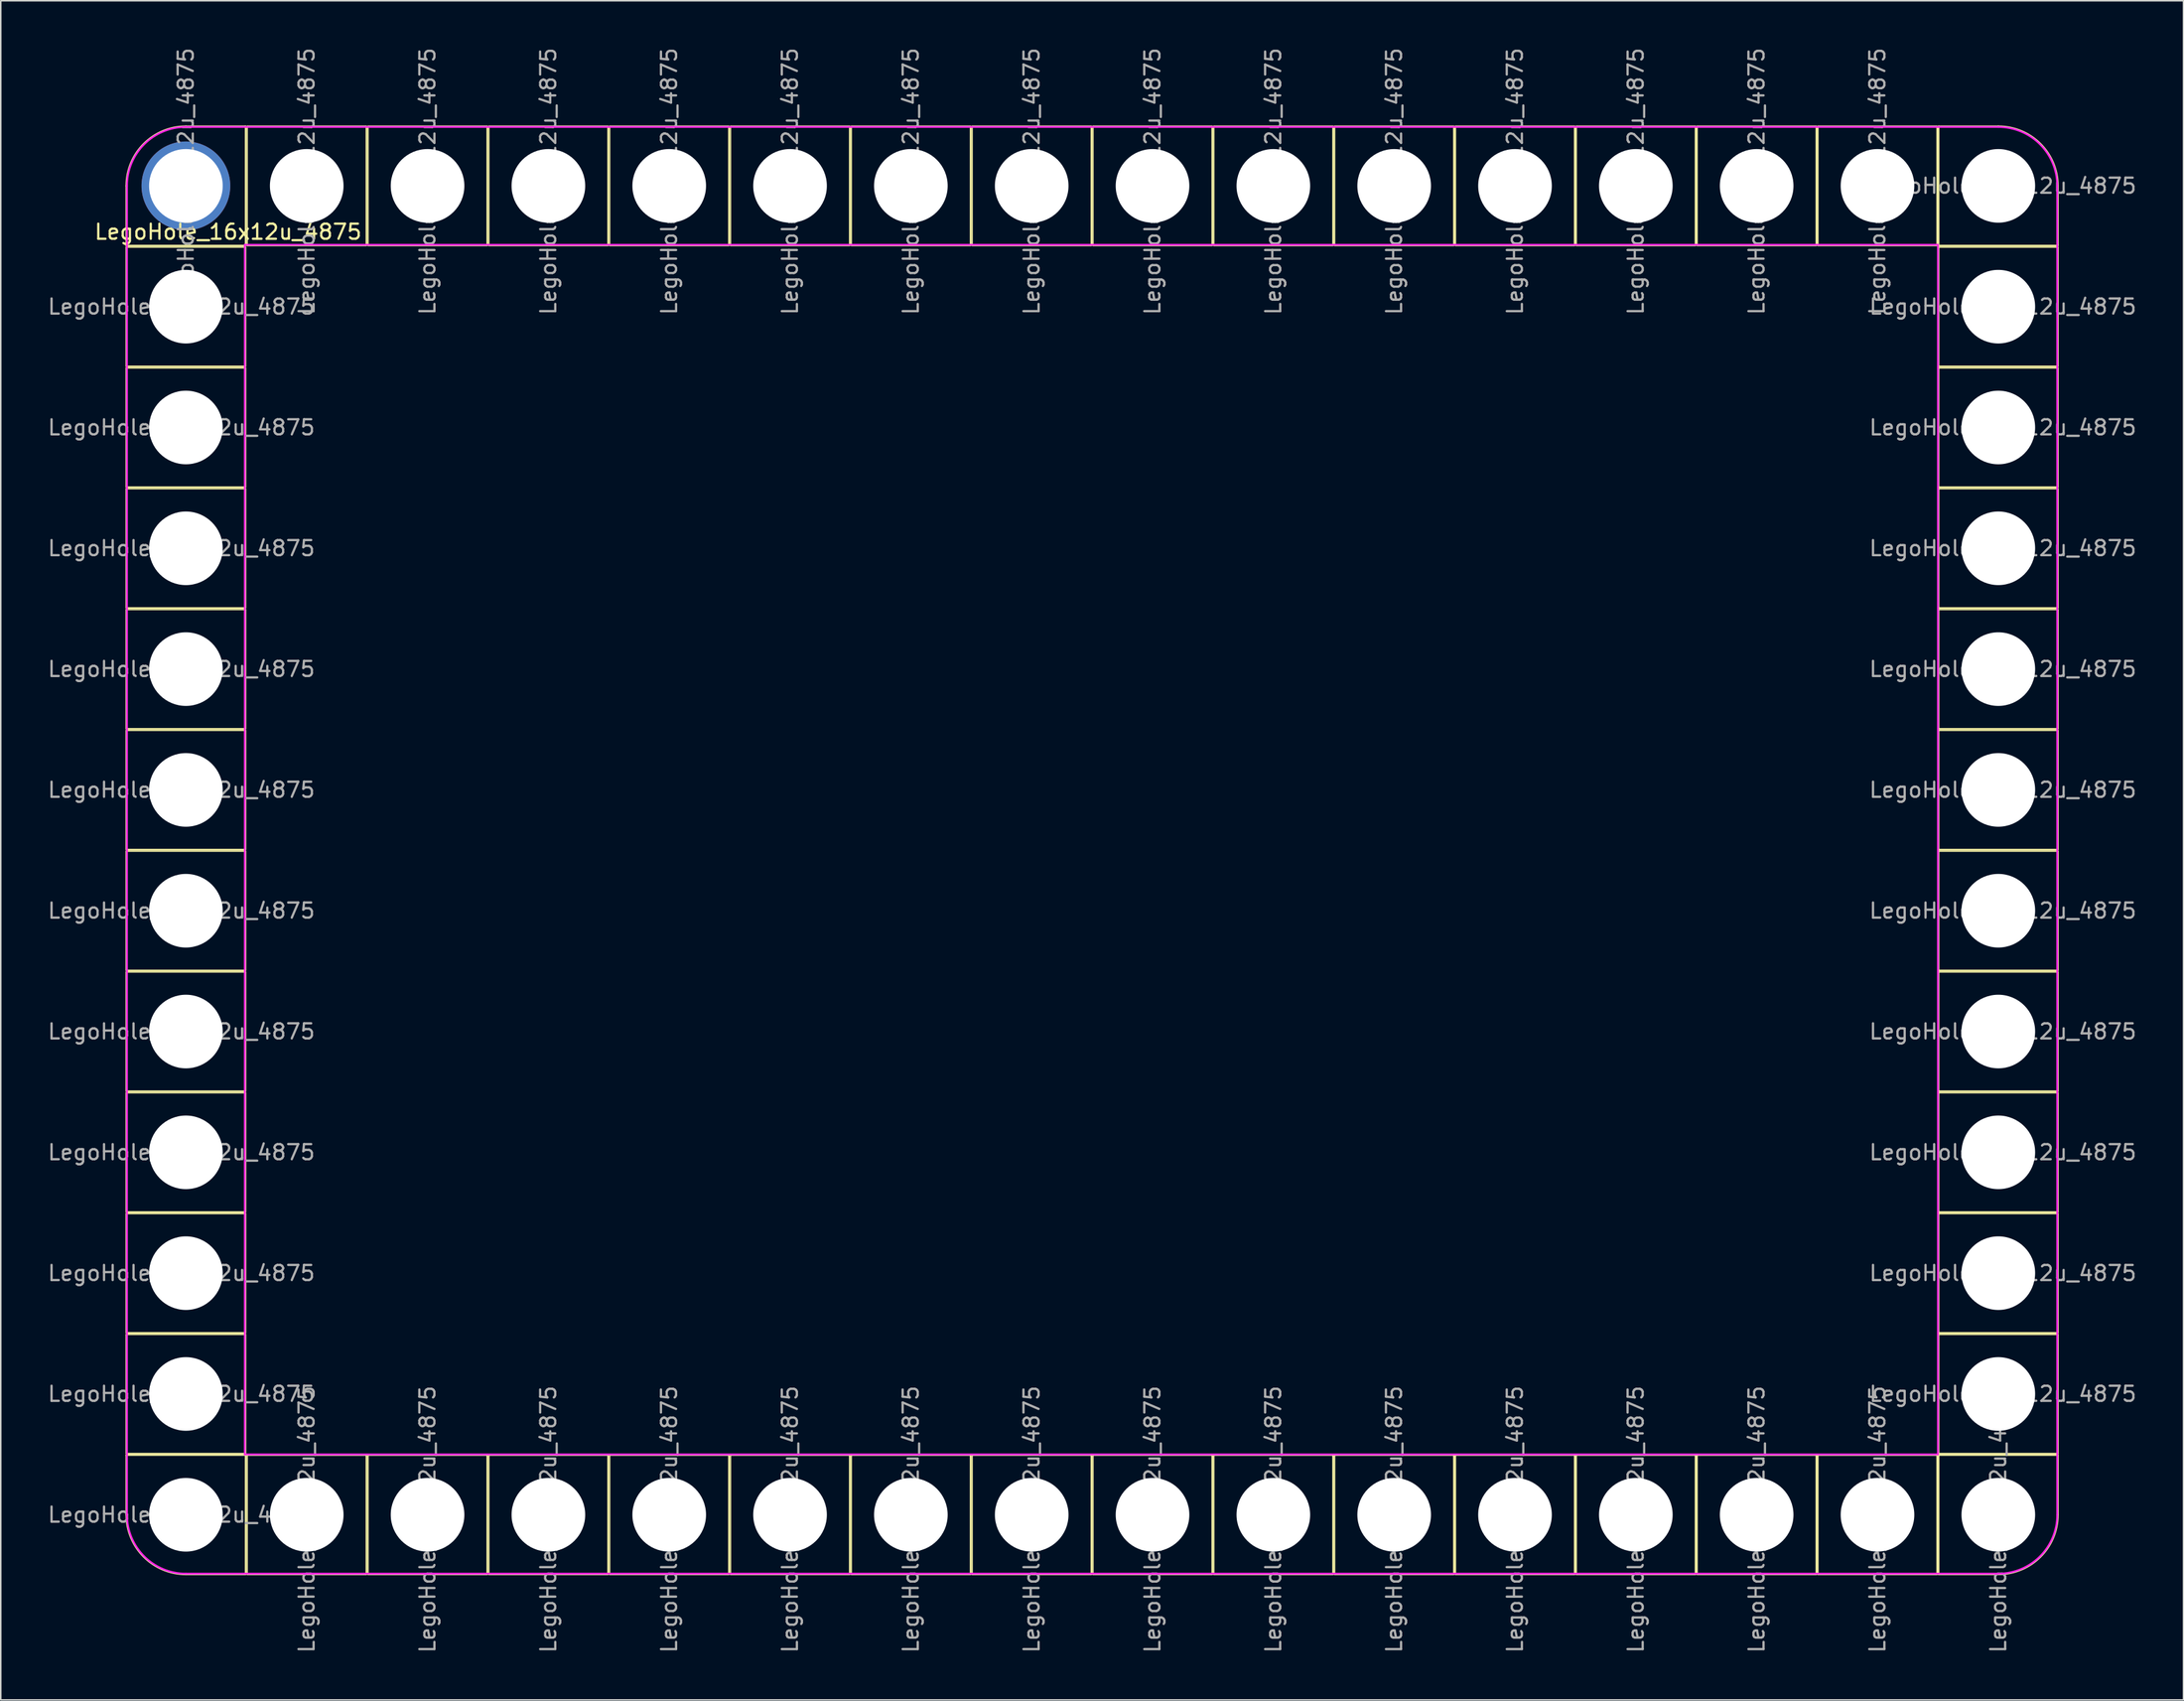
<source format=kicad_pcb>
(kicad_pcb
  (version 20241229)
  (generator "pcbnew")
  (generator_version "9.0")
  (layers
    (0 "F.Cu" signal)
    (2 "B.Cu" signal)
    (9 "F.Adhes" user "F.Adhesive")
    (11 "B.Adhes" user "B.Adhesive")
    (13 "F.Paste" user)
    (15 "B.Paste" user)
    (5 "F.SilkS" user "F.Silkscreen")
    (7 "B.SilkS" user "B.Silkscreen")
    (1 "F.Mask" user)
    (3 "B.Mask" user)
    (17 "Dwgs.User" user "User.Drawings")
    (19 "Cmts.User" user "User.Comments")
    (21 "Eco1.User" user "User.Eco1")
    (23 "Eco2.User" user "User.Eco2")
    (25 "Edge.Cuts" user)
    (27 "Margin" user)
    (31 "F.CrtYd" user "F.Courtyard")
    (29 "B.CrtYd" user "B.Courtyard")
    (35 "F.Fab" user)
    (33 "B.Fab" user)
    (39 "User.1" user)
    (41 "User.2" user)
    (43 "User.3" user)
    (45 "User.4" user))
  (footprint "LegoHole_16x12u_4875"
    (layer "F.Cu")
    (at 9.258 9.258)
    (property "Reference" "LegoHole_16x12u_4875" (at 2.794 3.048 0) (layer "F.SilkS") (effects (font (size 1 1) (thickness 0.15))))
    (attr exclude_from_pos_files exclude_from_bom)
    (fp_line (start -3.95 0) (end -3.95 3.95) (stroke (width 0.1) (type solid)) (layer "F.SilkS"))
    (fp_line (start -3.95 3.95) (end 3.95 3.95) (stroke (width 0.1) (type solid)) (layer "F.SilkS"))
    (fp_line (start -3.95 88) (end -3.95 84.05) (stroke (width 0.1) (type solid)) (layer "F.SilkS"))
    (fp_line (start 0 -3.95) (end 3.95 -3.95) (stroke (width 0.1) (type solid)) (layer "F.SilkS"))
    (fp_line (start 0 91.95) (end 3.95 91.95) (stroke (width 0.1) (type solid)) (layer "F.SilkS"))
    (fp_line (start 3.95 3.95) (end 3.95 -3.95) (stroke (width 0.1) (type solid)) (layer "F.SilkS"))
    (fp_line (start 3.95 84.05) (end -3.95 84.05) (stroke (width 0.1) (type solid)) (layer "F.SilkS"))
    (fp_line (start 3.95 91.95) (end 3.95 84.05) (stroke (width 0.1) (type solid)) (layer "F.SilkS"))
    (fp_line (start 116.05 -3.95) (end 116.05 3.95) (stroke (width 0.1) (type solid)) (layer "F.SilkS"))
    (fp_line (start 116.05 3.95) (end 123.95 3.95) (stroke (width 0.1) (type solid)) (layer "F.SilkS"))
    (fp_line (start 116.05 84.05) (end 116.05 91.95) (stroke (width 0.1) (type solid)) (layer "F.SilkS"))
    (fp_line (start 120 -3.95) (end 116.05 -3.95) (stroke (width 0.1) (type solid)) (layer "F.SilkS"))
    (fp_line (start 120 91.95) (end 116.05 91.95) (stroke (width 0.1) (type solid)) (layer "F.SilkS"))
    (fp_line (start 123.95 0) (end 123.95 3.95) (stroke (width 0.1) (type solid)) (layer "F.SilkS"))
    (fp_line (start 123.95 84.05) (end 116.05 84.05) (stroke (width 0.1) (type solid)) (layer "F.SilkS"))
    (fp_line (start 123.95 88) (end 123.95 84.05) (stroke (width 0.1) (type solid)) (layer "F.SilkS"))
    (fp_rect (start 3.95 11.95) (end -3.95 4.05) (stroke (width 0.1) (type solid)) (fill no) (layer "F.SilkS"))
    (fp_rect (start 3.95 19.95) (end -3.95 12.05) (stroke (width 0.1) (type solid)) (fill no) (layer "F.SilkS"))
    (fp_rect (start 3.95 27.95) (end -3.95 20.05) (stroke (width 0.1) (type solid)) (fill no) (layer "F.SilkS"))
    (fp_rect (start 3.95 35.95) (end -3.95 28.05) (stroke (width 0.1) (type solid)) (fill no) (layer "F.SilkS"))
    (fp_rect (start 3.95 43.95) (end -3.95 36.05) (stroke (width 0.1) (type solid)) (fill no) (layer "F.SilkS"))
    (fp_rect (start 3.95 51.95) (end -3.95 44.05) (stroke (width 0.1) (type solid)) (fill no) (layer "F.SilkS"))
    (fp_rect (start 3.95 59.95) (end -3.95 52.05) (stroke (width 0.1) (type solid)) (fill no) (layer "F.SilkS"))
    (fp_rect (start 3.95 67.95) (end -3.95 60.05) (stroke (width 0.1) (type solid)) (fill no) (layer "F.SilkS"))
    (fp_rect (start 3.95 75.95) (end -3.95 68.05) (stroke (width 0.1) (type solid)) (fill no) (layer "F.SilkS"))
    (fp_rect (start 3.95 83.95) (end -3.95 76.05) (stroke (width 0.1) (type solid)) (fill no) (layer "F.SilkS"))
    (fp_rect (start 4.05 3.95) (end 11.95 -3.95) (stroke (width 0.1) (type solid)) (fill no) (layer "F.SilkS"))
    (fp_rect (start 11.95 84.05) (end 4.05 91.95) (stroke (width 0.1) (type solid)) (fill no) (layer "F.SilkS"))
    (fp_rect (start 12.05 3.95) (end 19.95 -3.95) (stroke (width 0.1) (type solid)) (fill no) (layer "F.SilkS"))
    (fp_rect (start 19.95 84.05) (end 12.05 91.95) (stroke (width 0.1) (type solid)) (fill no) (layer "F.SilkS"))
    (fp_rect (start 20.05 3.95) (end 27.95 -3.95) (stroke (width 0.1) (type solid)) (fill no) (layer "F.SilkS"))
    (fp_rect (start 27.95 84.05) (end 20.05 91.95) (stroke (width 0.1) (type solid)) (fill no) (layer "F.SilkS"))
    (fp_rect (start 28.05 3.95) (end 35.95 -3.95) (stroke (width 0.1) (type solid)) (fill no) (layer "F.SilkS"))
    (fp_rect (start 35.95 84.05) (end 28.05 91.95) (stroke (width 0.1) (type solid)) (fill no) (layer "F.SilkS"))
    (fp_rect (start 36.05 3.95) (end 43.95 -3.95) (stroke (width 0.1) (type solid)) (fill no) (layer "F.SilkS"))
    (fp_rect (start 43.95 84.05) (end 36.05 91.95) (stroke (width 0.1) (type solid)) (fill no) (layer "F.SilkS"))
    (fp_rect (start 44.05 3.95) (end 51.95 -3.95) (stroke (width 0.1) (type solid)) (fill no) (layer "F.SilkS"))
    (fp_rect (start 51.95 84.05) (end 44.05 91.95) (stroke (width 0.1) (type solid)) (fill no) (layer "F.SilkS"))
    (fp_rect (start 52.05 3.95) (end 59.95 -3.95) (stroke (width 0.1) (type solid)) (fill no) (layer "F.SilkS"))
    (fp_rect (start 59.95 84.05) (end 52.05 91.95) (stroke (width 0.1) (type solid)) (fill no) (layer "F.SilkS"))
    (fp_rect (start 60.05 3.95) (end 67.95 -3.95) (stroke (width 0.1) (type solid)) (fill no) (layer "F.SilkS"))
    (fp_rect (start 67.95 84.05) (end 60.05 91.95) (stroke (width 0.1) (type solid)) (fill no) (layer "F.SilkS"))
    (fp_rect (start 68.05 3.95) (end 75.95 -3.95) (stroke (width 0.1) (type solid)) (fill no) (layer "F.SilkS"))
    (fp_rect (start 75.95 84.05) (end 68.05 91.95) (stroke (width 0.1) (type solid)) (fill no) (layer "F.SilkS"))
    (fp_rect (start 76.05 3.95) (end 83.95 -3.95) (stroke (width 0.1) (type solid)) (fill no) (layer "F.SilkS"))
    (fp_rect (start 83.95 84.05) (end 76.05 91.95) (stroke (width 0.1) (type solid)) (fill no) (layer "F.SilkS"))
    (fp_rect (start 84.05 3.95) (end 91.95 -3.95) (stroke (width 0.1) (type solid)) (fill no) (layer "F.SilkS"))
    (fp_rect (start 91.95 84.05) (end 84.05 91.95) (stroke (width 0.1) (type solid)) (fill no) (layer "F.SilkS"))
    (fp_rect (start 92.05 3.95) (end 99.95 -3.95) (stroke (width 0.1) (type solid)) (fill no) (layer "F.SilkS"))
    (fp_rect (start 99.95 84.05) (end 92.05 91.95) (stroke (width 0.1) (type solid)) (fill no) (layer "F.SilkS"))
    (fp_rect (start 100.05 3.95) (end 107.95 -3.95) (stroke (width 0.1) (type solid)) (fill no) (layer "F.SilkS"))
    (fp_rect (start 107.95 84.05) (end 100.05 91.95) (stroke (width 0.1) (type solid)) (fill no) (layer "F.SilkS"))
    (fp_rect (start 108.05 3.95) (end 115.95 -3.95) (stroke (width 0.1) (type solid)) (fill no) (layer "F.SilkS"))
    (fp_rect (start 115.95 84.05) (end 108.05 91.95) (stroke (width 0.1) (type solid)) (fill no) (layer "F.SilkS"))
    (fp_rect (start 116.05 4.05) (end 123.95 11.95) (stroke (width 0.1) (type solid)) (fill no) (layer "F.SilkS"))
    (fp_rect (start 116.05 12.05) (end 123.95 19.95) (stroke (width 0.1) (type solid)) (fill no) (layer "F.SilkS"))
    (fp_rect (start 116.05 20.05) (end 123.95 27.95) (stroke (width 0.1) (type solid)) (fill no) (layer "F.SilkS"))
    (fp_rect (start 116.05 28.05) (end 123.95 35.95) (stroke (width 0.1) (type solid)) (fill no) (layer "F.SilkS"))
    (fp_rect (start 116.05 36.05) (end 123.95 43.95) (stroke (width 0.1) (type solid)) (fill no) (layer "F.SilkS"))
    (fp_rect (start 116.05 44.05) (end 123.95 51.95) (stroke (width 0.1) (type solid)) (fill no) (layer "F.SilkS"))
    (fp_rect (start 116.05 52.05) (end 123.95 59.95) (stroke (width 0.1) (type solid)) (fill no) (layer "F.SilkS"))
    (fp_rect (start 116.05 60.05) (end 123.95 67.95) (stroke (width 0.1) (type solid)) (fill no) (layer "F.SilkS"))
    (fp_rect (start 116.05 68.05) (end 123.95 75.95) (stroke (width 0.1) (type solid)) (fill no) (layer "F.SilkS"))
    (fp_rect (start 116.05 76.05) (end 123.95 83.95) (stroke (width 0.1) (type solid)) (fill no) (layer "F.SilkS"))
    (fp_arc (start -3.95 0) (mid -2.793072 -2.793072) (end 0 -3.95) (stroke (width 0.1) (type solid)) (layer "F.SilkS"))
    (fp_arc (start 0 91.95) (mid -2.793072 90.793072) (end -3.95 88) (stroke (width 0.1) (type solid)) (layer "F.SilkS"))
    (fp_arc (start 120 -3.95) (mid 122.793072 -2.793072) (end 123.95 0) (stroke (width 0.1) (type solid)) (layer "F.SilkS"))
    (fp_arc (start 123.95 88) (mid 122.793072 90.793072) (end 120 91.95) (stroke (width 0.1) (type solid)) (layer "F.SilkS"))
    (fp_line (start -3.9 0) (end -3.9 88) (stroke (width 0.12) (type solid)) (layer "F.CrtYd"))
    (fp_line (start 3.9 3.9) (end 116 3.9) (stroke (width 0.12) (type solid)) (layer "F.CrtYd"))
    (fp_line (start 3.9 84) (end 3.9 3.9) (stroke (width 0.12) (type solid)) (layer "F.CrtYd"))
    (fp_line (start 3.9 91.9) (end 0 91.9) (stroke (width 0.12) (type solid)) (layer "F.CrtYd"))
    (fp_line (start 3.9 91.9) (end 120 91.9) (stroke (width 0.12) (type solid)) (layer "F.CrtYd"))
    (fp_line (start 116 3.9) (end 116 84) (stroke (width 0.12) (type solid)) (layer "F.CrtYd"))
    (fp_line (start 116 84) (end 3.9 84) (stroke (width 0.12) (type solid)) (layer "F.CrtYd"))
    (fp_line (start 116.1 -3.9) (end 0 -3.9) (stroke (width 0.12) (type solid)) (layer "F.CrtYd"))
    (fp_line (start 116.1 -3.9) (end 120 -3.9) (stroke (width 0.12) (type solid)) (layer "F.CrtYd"))
    (fp_line (start 123.9 88) (end 123.9 0) (stroke (width 0.12) (type solid)) (layer "F.CrtYd"))
    (fp_arc (start -3.9 0) (mid -2.757716 -2.757716) (end 0 -3.9) (stroke (width 0.12) (type solid)) (layer "F.CrtYd"))
    (fp_arc (start 0 91.9) (mid -2.757716 90.757716) (end -3.9 88) (stroke (width 0.12) (type solid)) (layer "F.CrtYd"))
    (fp_arc (start 120 -3.9) (mid 122.757716 -2.757716) (end 123.9 0) (stroke (width 0.12) (type solid)) (layer "F.CrtYd"))
    (fp_arc (start 123.9 88) (mid 122.757716 90.757716) (end 120 91.9) (stroke (width 0.12) (type solid)) (layer "F.CrtYd"))
    (fp_text user "${REFERENCE}" (at 24 88.3 270) (layer "F.Fab") (effects (font (size 1 1) (thickness 0.15))))
    (fp_text user "${REFERENCE}" (at -0.3 48 180) (layer "F.Fab") (effects (font (size 1 1) (thickness 0.15))))
    (fp_text user "${REFERENCE}" (at 96 88.3 270) (layer "F.Fab") (effects (font (size 1 1) (thickness 0.15))))
    (fp_text user "${REFERENCE}" (at 104 -0.3 90) (layer "F.Fab") (effects (font (size 1 1) (thickness 0.15))))
    (fp_text user "${REFERENCE}" (at 48 -0.3 90) (layer "F.Fab") (effects (font (size 1 1) (thickness 0.15))))
    (fp_text user "${REFERENCE}" (at 56 88.3 270) (layer "F.Fab") (effects (font (size 1 1) (thickness 0.15))))
    (fp_text user "${REFERENCE}" (at 88 88.3 270) (layer "F.Fab") (effects (font (size 1 1) (thickness 0.15))))
    (fp_text user "${REFERENCE}" (at 56 -0.3 90) (layer "F.Fab") (effects (font (size 1 1) (thickness 0.15))))
    (fp_text user "${REFERENCE}" (at 120.3 64 0) (layer "F.Fab") (effects (font (size 1 1) (thickness 0.15))))
    (fp_text user "${REFERENCE}" (at 24 -0.3 90) (layer "F.Fab") (effects (font (size 1 1) (thickness 0.15))))
    (fp_text user "${REFERENCE}" (at -0.3 24 180) (layer "F.Fab") (effects (font (size 1 1) (thickness 0.15))))
    (fp_text user "${REFERENCE}" (at 120.3 80 0) (layer "F.Fab") (effects (font (size 1 1) (thickness 0.15))))
    (fp_text user "${REFERENCE}" (at 80 -0.3 90) (layer "F.Fab") (effects (font (size 1 1) (thickness 0.15))))
    (fp_text user "${REFERENCE}" (at -0.3 64 180) (layer "F.Fab") (effects (font (size 1 1) (thickness 0.15))))
    (fp_text user "${REFERENCE}" (at 72 88.3 270) (layer "F.Fab") (effects (font (size 1 1) (thickness 0.15))))
    (fp_text user "${REFERENCE}" (at 112 88.3 270) (layer "F.Fab") (effects (font (size 1 1) (thickness 0.15))))
    (fp_text user "${REFERENCE}" (at 48 88.3 270) (layer "F.Fab") (effects (font (size 1 1) (thickness 0.15))))
    (fp_text user "${REFERENCE}" (at 40 -0.3 90) (layer "F.Fab") (effects (font (size 1 1) (thickness 0.15))))
    (fp_text user "${REFERENCE}" (at 16 88.3 270) (layer "F.Fab") (effects (font (size 1 1) (thickness 0.15))))
    (fp_text user "${REFERENCE}" (at 120.3 40 0) (layer "F.Fab") (effects (font (size 1 1) (thickness 0.15))))
    (fp_text user "${REFERENCE}" (at 8 -0.3 90) (layer "F.Fab") (effects (font (size 1 1) (thickness 0.15))))
    (fp_text user "${REFERENCE}" (at 8 88.3 270) (layer "F.Fab") (effects (font (size 1 1) (thickness 0.15))))
    (fp_text user "${REFERENCE}" (at -0.3 72 180) (layer "F.Fab") (effects (font (size 1 1) (thickness 0.15))))
    (fp_text user "${REFERENCE}" (at 80 88.3 270) (layer "F.Fab") (effects (font (size 1 1) (thickness 0.15))))
    (fp_text user "${REFERENCE}" (at 120.3 56 0) (layer "F.Fab") (effects (font (size 1 1) (thickness 0.15))))
    (fp_text user "${REFERENCE}" (at -0.3 40 180) (layer "F.Fab") (effects (font (size 1 1) (thickness 0.15))))
    (fp_text user "${REFERENCE}" (at 32 -0.3 90) (layer "F.Fab") (effects (font (size 1 1) (thickness 0.15))))
    (fp_text user "${REFERENCE}" (at -0.3 8 180) (layer "F.Fab") (effects (font (size 1 1) (thickness 0.15))))
    (fp_text user "${REFERENCE}" (at 16 -0.3 90) (layer "F.Fab") (effects (font (size 1 1) (thickness 0.15))))
    (fp_text user "${REFERENCE}" (at 120 88.3 270) (layer "F.Fab") (effects (font (size 1 1) (thickness 0.15))))
    (fp_text user "${REFERENCE}" (at 120.3 8 0) (layer "F.Fab") (effects (font (size 1 1) (thickness 0.15))))
    (fp_text user "${REFERENCE}" (at 0 -0.3 90) (layer "F.Fab") (effects (font (size 1 1) (thickness 0.15))))
    (fp_text user "${REFERENCE}" (at 72 -0.3 90) (layer "F.Fab") (effects (font (size 1 1) (thickness 0.15))))
    (fp_text user "${REFERENCE}" (at -0.3 32 180) (layer "F.Fab") (effects (font (size 1 1) (thickness 0.15))))
    (fp_text user "${REFERENCE}" (at 32 88.3 270) (layer "F.Fab") (effects (font (size 1 1) (thickness 0.15))))
    (fp_text user "${REFERENCE}" (at 40 88.3 270) (layer "F.Fab") (effects (font (size 1 1) (thickness 0.15))))
    (fp_text user "${REFERENCE}" (at 120.3 48 0) (layer "F.Fab") (effects (font (size 1 1) (thickness 0.15))))
    (fp_text user "${REFERENCE}" (at 104 88.3 270) (layer "F.Fab") (effects (font (size 1 1) (thickness 0.15))))
    (fp_text user "${REFERENCE}" (at 88 -0.3 90) (layer "F.Fab") (effects (font (size 1 1) (thickness 0.15))))
    (fp_text user "${REFERENCE}" (at 64 -0.3 90) (layer "F.Fab") (effects (font (size 1 1) (thickness 0.15))))
    (fp_text user "${REFERENCE}" (at 120.3 32 0) (layer "F.Fab") (effects (font (size 1 1) (thickness 0.15))))
    (fp_text user "${REFERENCE}" (at 96 -0.3 90) (layer "F.Fab") (effects (font (size 1 1) (thickness 0.15))))
    (fp_text user "${REFERENCE}" (at 64 88.3 270) (layer "F.Fab") (effects (font (size 1 1) (thickness 0.15))))
    (fp_text user "${REFERENCE}" (at 112 -0.3 90) (layer "F.Fab") (effects (font (size 1 1) (thickness 0.15))))
    (fp_text user "${REFERENCE}" (at 120.3 72 0) (layer "F.Fab") (effects (font (size 1 1) (thickness 0.15))))
    (fp_text user "${REFERENCE}" (at -0.3 88 180) (layer "F.Fab") (effects (font (size 1 1) (thickness 0.15))))
    (fp_text user "${REFERENCE}" (at 120.3 0 0) (layer "F.Fab") (effects (font (size 1 1) (thickness 0.15))))
    (fp_text user "${REFERENCE}" (at 120.3 24 0) (layer "F.Fab") (effects (font (size 1 1) (thickness 0.15))))
    (fp_text user "${REFERENCE}" (at -0.3 16 180) (layer "F.Fab") (effects (font (size 1 1) (thickness 0.15))))
    (fp_text user "${REFERENCE}" (at 120.3 16 0) (layer "F.Fab") (effects (font (size 1 1) (thickness 0.15))))
    (fp_text user "${REFERENCE}" (at -0.3 80 180) (layer "F.Fab") (effects (font (size 1 1) (thickness 0.15))))
    (fp_text user "${REFERENCE}" (at -0.3 56 180) (layer "F.Fab") (effects (font (size 1 1) (thickness 0.15))))
    (pad "" np_thru_hole circle (at 0 0 90) (size 5.875 5.875) (drill 4.875) (layers "*.Cu" "*.Mask"))
    (pad "" np_thru_hole circle (at 0 8 180) (size 4.875 4.875) (drill 4.875) (layers "*.Cu" "*.Mask"))
    (pad "" np_thru_hole circle (at 0 16 180) (size 4.875 4.875) (drill 4.875) (layers "*.Cu" "*.Mask"))
    (pad "" np_thru_hole circle (at 0 24 180) (size 4.875 4.875) (drill 4.875) (layers "*.Cu" "*.Mask"))
    (pad "" np_thru_hole circle (at 0 32 180) (size 4.875 4.875) (drill 4.875) (layers "*.Cu" "*.Mask"))
    (pad "" np_thru_hole circle (at 0 40 180) (size 4.875 4.875) (drill 4.875) (layers "*.Cu" "*.Mask"))
    (pad "" np_thru_hole circle (at 0 48 180) (size 4.875 4.875) (drill 4.875) (layers "*.Cu" "*.Mask"))
    (pad "" np_thru_hole circle (at 0 56 180) (size 4.875 4.875) (drill 4.875) (layers "*.Cu" "*.Mask"))
    (pad "" np_thru_hole circle (at 0 64 180) (size 4.875 4.875) (drill 4.875) (layers "*.Cu" "*.Mask"))
    (pad "" np_thru_hole circle (at 0 72 180) (size 4.875 4.875) (drill 4.875) (layers "*.Cu" "*.Mask"))
    (pad "" np_thru_hole circle (at 0 80 180) (size 4.875 4.875) (drill 4.875) (layers "*.Cu" "*.Mask"))
    (pad "" np_thru_hole circle (at 0 88 180) (size 4.875 4.875) (drill 4.875) (layers "*.Cu" "*.Mask"))
    (pad "" np_thru_hole circle (at 8 0 90) (size 4.875 4.875) (drill 4.875) (layers "*.Cu" "*.Mask"))
    (pad "" np_thru_hole circle (at 8 88 270) (size 4.875 4.875) (drill 4.875) (layers "*.Cu" "*.Mask"))
    (pad "" np_thru_hole circle (at 16 0 90) (size 4.875 4.875) (drill 4.875) (layers "*.Cu" "*.Mask"))
    (pad "" np_thru_hole circle (at 16 88 270) (size 4.875 4.875) (drill 4.875) (layers "*.Cu" "*.Mask"))
    (pad "" np_thru_hole circle (at 24 0 90) (size 4.875 4.875) (drill 4.875) (layers "*.Cu" "*.Mask"))
    (pad "" np_thru_hole circle (at 24 88 270) (size 4.875 4.875) (drill 4.875) (layers "*.Cu" "*.Mask"))
    (pad "" np_thru_hole circle (at 32 0 90) (size 4.875 4.875) (drill 4.875) (layers "*.Cu" "*.Mask"))
    (pad "" np_thru_hole circle (at 32 88 270) (size 4.875 4.875) (drill 4.875) (layers "*.Cu" "*.Mask"))
    (pad "" np_thru_hole circle (at 40 0 90) (size 4.875 4.875) (drill 4.875) (layers "*.Cu" "*.Mask"))
    (pad "" np_thru_hole circle (at 40 88 270) (size 4.875 4.875) (drill 4.875) (layers "*.Cu" "*.Mask"))
    (pad "" np_thru_hole circle (at 48 0 90) (size 4.875 4.875) (drill 4.875) (layers "*.Cu" "*.Mask"))
    (pad "" np_thru_hole circle (at 48 88 270) (size 4.875 4.875) (drill 4.875) (layers "*.Cu" "*.Mask"))
    (pad "" np_thru_hole circle (at 56 0 90) (size 4.875 4.875) (drill 4.875) (layers "*.Cu" "*.Mask"))
    (pad "" np_thru_hole circle (at 56 88 270) (size 4.875 4.875) (drill 4.875) (layers "*.Cu" "*.Mask"))
    (pad "" np_thru_hole circle (at 64 0 90) (size 4.875 4.875) (drill 4.875) (layers "*.Cu" "*.Mask"))
    (pad "" np_thru_hole circle (at 64 88 270) (size 4.875 4.875) (drill 4.875) (layers "*.Cu" "*.Mask"))
    (pad "" np_thru_hole circle (at 72 0 90) (size 4.875 4.875) (drill 4.875) (layers "*.Cu" "*.Mask"))
    (pad "" np_thru_hole circle (at 72 88 270) (size 4.875 4.875) (drill 4.875) (layers "*.Cu" "*.Mask"))
    (pad "" np_thru_hole circle (at 80 0 90) (size 4.875 4.875) (drill 4.875) (layers "*.Cu" "*.Mask"))
    (pad "" np_thru_hole circle (at 80 88 270) (size 4.875 4.875) (drill 4.875) (layers "*.Cu" "*.Mask"))
    (pad "" np_thru_hole circle (at 88 0 90) (size 4.875 4.875) (drill 4.875) (layers "*.Cu" "*.Mask"))
    (pad "" np_thru_hole circle (at 88 88 270) (size 4.875 4.875) (drill 4.875) (layers "*.Cu" "*.Mask"))
    (pad "" np_thru_hole circle (at 96 0 90) (size 4.875 4.875) (drill 4.875) (layers "*.Cu" "*.Mask"))
    (pad "" np_thru_hole circle (at 96 88 270) (size 4.875 4.875) (drill 4.875) (layers "*.Cu" "*.Mask"))
    (pad "" np_thru_hole circle (at 104 0 90) (size 4.875 4.875) (drill 4.875) (layers "*.Cu" "*.Mask"))
    (pad "" np_thru_hole circle (at 104 88 270) (size 4.875 4.875) (drill 4.875) (layers "*.Cu" "*.Mask"))
    (pad "" np_thru_hole circle (at 112 0 90) (size 4.875 4.875) (drill 4.875) (layers "*.Cu" "*.Mask"))
    (pad "" np_thru_hole circle (at 112 88 270) (size 4.875 4.875) (drill 4.875) (layers "*.Cu" "*.Mask"))
    (pad "" np_thru_hole circle (at 120 0) (size 4.875 4.875) (drill 4.875) (layers "*.Cu" "*.Mask"))
    (pad "" np_thru_hole circle (at 120 8) (size 4.875 4.875) (drill 4.875) (layers "*.Cu" "*.Mask"))
    (pad "" np_thru_hole circle (at 120 16) (size 4.875 4.875) (drill 4.875) (layers "*.Cu" "*.Mask"))
    (pad "" np_thru_hole circle (at 120 24) (size 4.875 4.875) (drill 4.875) (layers "*.Cu" "*.Mask"))
    (pad "" np_thru_hole circle (at 120 32) (size 4.875 4.875) (drill 4.875) (layers "*.Cu" "*.Mask"))
    (pad "" np_thru_hole circle (at 120 40) (size 4.875 4.875) (drill 4.875) (layers "*.Cu" "*.Mask"))
    (pad "" np_thru_hole circle (at 120 48) (size 4.875 4.875) (drill 4.875) (layers "*.Cu" "*.Mask"))
    (pad "" np_thru_hole circle (at 120 56) (size 4.875 4.875) (drill 4.875) (layers "*.Cu" "*.Mask"))
    (pad "" np_thru_hole circle (at 120 64) (size 4.875 4.875) (drill 4.875) (layers "*.Cu" "*.Mask"))
    (pad "" np_thru_hole circle (at 120 72) (size 4.875 4.875) (drill 4.875) (layers "*.Cu" "*.Mask"))
    (pad "" np_thru_hole circle (at 120 80) (size 4.875 4.875) (drill 4.875) (layers "*.Cu" "*.Mask"))
    (pad "" np_thru_hole circle (at 120 88 270) (size 4.875 4.875) (drill 4.875) (layers "*.Cu" "*.Mask")))
  (gr_rect
    (start -3 -3)
    (end 141.517 109.517)
    (stroke (width 0.1) (type default))
    (fill no)
    (layer "Edge.Cuts")))
</source>
